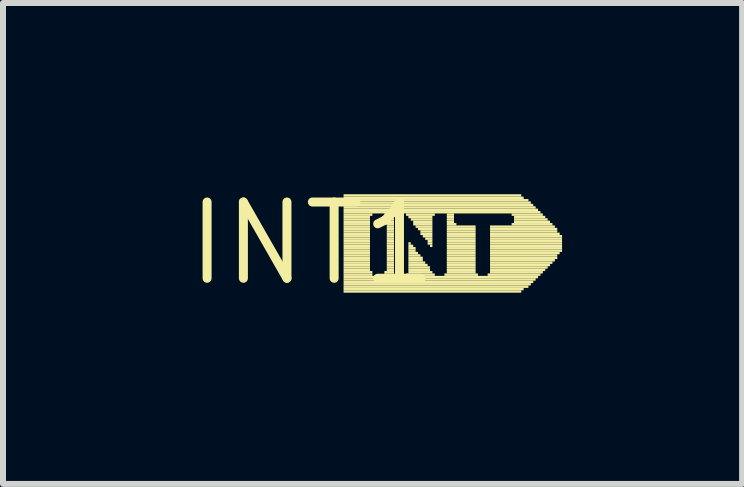
<source format=kicad_pcb>
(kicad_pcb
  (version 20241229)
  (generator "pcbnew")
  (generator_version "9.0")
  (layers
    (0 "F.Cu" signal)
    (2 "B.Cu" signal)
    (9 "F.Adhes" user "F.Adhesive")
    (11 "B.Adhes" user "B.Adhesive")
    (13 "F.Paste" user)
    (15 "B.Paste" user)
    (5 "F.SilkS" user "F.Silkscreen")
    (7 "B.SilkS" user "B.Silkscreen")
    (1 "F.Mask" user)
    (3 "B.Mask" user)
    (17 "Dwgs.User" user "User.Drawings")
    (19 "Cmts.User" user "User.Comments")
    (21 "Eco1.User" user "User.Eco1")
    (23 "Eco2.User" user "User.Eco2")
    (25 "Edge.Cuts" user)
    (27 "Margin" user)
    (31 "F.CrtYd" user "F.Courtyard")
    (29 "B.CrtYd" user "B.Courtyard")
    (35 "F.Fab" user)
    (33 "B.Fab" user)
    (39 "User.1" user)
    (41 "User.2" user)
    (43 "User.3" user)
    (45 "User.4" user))
  (footprint "INT1"
    (layer "F.Cu")
    (at 2.154 1.006)
    (property "Reference" "INT1" (at 0 0 0) (layer "F.SilkS") (effects (font (size 1.27 1.27) (thickness 0.15))))
    (fp_poly (pts (xy 0.52 -0.78) (xy 3.48 -0.78) (xy 3.48 -0.82) (xy 0.52 -0.82)) (stroke (width 0) (type solid)) (fill yes) (layer "F.SilkS"))
    (fp_poly (pts (xy 0.52 -0.74) (xy 3.52 -0.74) (xy 3.52 -0.78) (xy 0.52 -0.78)) (stroke (width 0) (type solid)) (fill yes) (layer "F.SilkS"))
    (fp_poly (pts (xy 0.52 -0.7) (xy 3.6 -0.7) (xy 3.6 -0.74) (xy 0.52 -0.74)) (stroke (width 0) (type solid)) (fill yes) (layer "F.SilkS"))
    (fp_poly (pts (xy 0.52 -0.66) (xy 3.64 -0.66) (xy 3.64 -0.7) (xy 0.52 -0.7)) (stroke (width 0) (type solid)) (fill yes) (layer "F.SilkS"))
    (fp_poly (pts (xy 0.52 -0.62) (xy 3.68 -0.62) (xy 3.68 -0.66) (xy 0.52 -0.66)) (stroke (width 0) (type solid)) (fill yes) (layer "F.SilkS"))
    (fp_poly (pts (xy 0.52 -0.58) (xy 3.72 -0.58) (xy 3.72 -0.62) (xy 0.52 -0.62)) (stroke (width 0) (type solid)) (fill yes) (layer "F.SilkS"))
    (fp_poly (pts (xy 0.52 -0.54) (xy 3.76 -0.54) (xy 3.76 -0.58) (xy 0.52 -0.58)) (stroke (width 0) (type solid)) (fill yes) (layer "F.SilkS"))
    (fp_poly (pts (xy 0.52 -0.5) (xy 3.8 -0.5) (xy 3.8 -0.54) (xy 0.52 -0.54)) (stroke (width 0) (type solid)) (fill yes) (layer "F.SilkS"))
    (fp_poly (pts (xy 0.52 -0.46) (xy 1 -0.46) (xy 1 -0.5) (xy 0.52 -0.5)) (stroke (width 0) (type solid)) (fill yes) (layer "F.SilkS"))
    (fp_poly (pts (xy 0.52 -0.42) (xy 0.96 -0.42) (xy 0.96 -0.46) (xy 0.52 -0.46)) (stroke (width 0) (type solid)) (fill yes) (layer "F.SilkS"))
    (fp_poly (pts (xy 0.52 -0.38) (xy 0.96 -0.38) (xy 0.96 -0.42) (xy 0.52 -0.42)) (stroke (width 0) (type solid)) (fill yes) (layer "F.SilkS"))
    (fp_poly (pts (xy 0.52 -0.34) (xy 0.96 -0.34) (xy 0.96 -0.38) (xy 0.52 -0.38)) (stroke (width 0) (type solid)) (fill yes) (layer "F.SilkS"))
    (fp_poly (pts (xy 0.52 -0.3) (xy 0.96 -0.3) (xy 0.96 -0.34) (xy 0.52 -0.34)) (stroke (width 0) (type solid)) (fill yes) (layer "F.SilkS"))
    (fp_poly (pts (xy 0.52 -0.26) (xy 0.96 -0.26) (xy 0.96 -0.3) (xy 0.52 -0.3)) (stroke (width 0) (type solid)) (fill yes) (layer "F.SilkS"))
    (fp_poly (pts (xy 0.52 -0.22) (xy 0.96 -0.22) (xy 0.96 -0.26) (xy 0.52 -0.26)) (stroke (width 0) (type solid)) (fill yes) (layer "F.SilkS"))
    (fp_poly (pts (xy 0.52 -0.18) (xy 0.96 -0.18) (xy 0.96 -0.22) (xy 0.52 -0.22)) (stroke (width 0) (type solid)) (fill yes) (layer "F.SilkS"))
    (fp_poly (pts (xy 0.52 -0.14) (xy 0.96 -0.14) (xy 0.96 -0.18) (xy 0.52 -0.18)) (stroke (width 0) (type solid)) (fill yes) (layer "F.SilkS"))
    (fp_poly (pts (xy 0.52 -0.1) (xy 0.96 -0.1) (xy 0.96 -0.14) (xy 0.52 -0.14)) (stroke (width 0) (type solid)) (fill yes) (layer "F.SilkS"))
    (fp_poly (pts (xy 0.52 -0.06) (xy 0.96 -0.06) (xy 0.96 -0.1) (xy 0.52 -0.1)) (stroke (width 0) (type solid)) (fill yes) (layer "F.SilkS"))
    (fp_poly (pts (xy 0.52 -0.02) (xy 0.96 -0.02) (xy 0.96 -0.06) (xy 0.52 -0.06)) (stroke (width 0) (type solid)) (fill yes) (layer "F.SilkS"))
    (fp_poly (pts (xy 0.52 0.02) (xy 0.96 0.02) (xy 0.96 -0.02) (xy 0.52 -0.02)) (stroke (width 0) (type solid)) (fill yes) (layer "F.SilkS"))
    (fp_poly (pts (xy 0.52 0.06) (xy 0.96 0.06) (xy 0.96 0.02) (xy 0.52 0.02)) (stroke (width 0) (type solid)) (fill yes) (layer "F.SilkS"))
    (fp_poly (pts (xy 0.52 0.1) (xy 0.96 0.1) (xy 0.96 0.06) (xy 0.52 0.06)) (stroke (width 0) (type solid)) (fill yes) (layer "F.SilkS"))
    (fp_poly (pts (xy 0.52 0.14) (xy 0.96 0.14) (xy 0.96 0.1) (xy 0.52 0.1)) (stroke (width 0) (type solid)) (fill yes) (layer "F.SilkS"))
    (fp_poly (pts (xy 0.52 0.18) (xy 0.96 0.18) (xy 0.96 0.14) (xy 0.52 0.14)) (stroke (width 0) (type solid)) (fill yes) (layer "F.SilkS"))
    (fp_poly (pts (xy 0.52 0.22) (xy 0.96 0.22) (xy 0.96 0.18) (xy 0.52 0.18)) (stroke (width 0) (type solid)) (fill yes) (layer "F.SilkS"))
    (fp_poly (pts (xy 0.52 0.26) (xy 0.96 0.26) (xy 0.96 0.22) (xy 0.52 0.22)) (stroke (width 0) (type solid)) (fill yes) (layer "F.SilkS"))
    (fp_poly (pts (xy 0.52 0.3) (xy 0.96 0.3) (xy 0.96 0.26) (xy 0.52 0.26)) (stroke (width 0) (type solid)) (fill yes) (layer "F.SilkS"))
    (fp_poly (pts (xy 0.52 0.34) (xy 0.96 0.34) (xy 0.96 0.3) (xy 0.52 0.3)) (stroke (width 0) (type solid)) (fill yes) (layer "F.SilkS"))
    (fp_poly (pts (xy 0.52 0.38) (xy 0.96 0.38) (xy 0.96 0.34) (xy 0.52 0.34)) (stroke (width 0) (type solid)) (fill yes) (layer "F.SilkS"))
    (fp_poly (pts (xy 0.52 0.42) (xy 0.96 0.42) (xy 0.96 0.38) (xy 0.52 0.38)) (stroke (width 0) (type solid)) (fill yes) (layer "F.SilkS"))
    (fp_poly (pts (xy 0.52 0.46) (xy 0.96 0.46) (xy 0.96 0.42) (xy 0.52 0.42)) (stroke (width 0) (type solid)) (fill yes) (layer "F.SilkS"))
    (fp_poly (pts (xy 0.52 0.5) (xy 1 0.5) (xy 1 0.46) (xy 0.52 0.46)) (stroke (width 0) (type solid)) (fill yes) (layer "F.SilkS"))
    (fp_poly (pts (xy 0.52 0.54) (xy 1 0.54) (xy 1 0.5) (xy 0.52 0.5)) (stroke (width 0) (type solid)) (fill yes) (layer "F.SilkS"))
    (fp_poly (pts (xy 0.52 0.58) (xy 3.76 0.58) (xy 3.76 0.54) (xy 0.52 0.54)) (stroke (width 0) (type solid)) (fill yes) (layer "F.SilkS"))
    (fp_poly (pts (xy 0.52 0.62) (xy 3.72 0.62) (xy 3.72 0.58) (xy 0.52 0.58)) (stroke (width 0) (type solid)) (fill yes) (layer "F.SilkS"))
    (fp_poly (pts (xy 0.52 0.66) (xy 3.68 0.66) (xy 3.68 0.62) (xy 0.52 0.62)) (stroke (width 0) (type solid)) (fill yes) (layer "F.SilkS"))
    (fp_poly (pts (xy 0.52 0.7) (xy 3.64 0.7) (xy 3.64 0.66) (xy 0.52 0.66)) (stroke (width 0) (type solid)) (fill yes) (layer "F.SilkS"))
    (fp_poly (pts (xy 0.52 0.74) (xy 3.6 0.74) (xy 3.6 0.7) (xy 0.52 0.7)) (stroke (width 0) (type solid)) (fill yes) (layer "F.SilkS"))
    (fp_poly (pts (xy 0.52 0.78) (xy 3.52 0.78) (xy 3.52 0.74) (xy 0.52 0.74)) (stroke (width 0) (type solid)) (fill yes) (layer "F.SilkS"))
    (fp_poly (pts (xy 0.52 0.82) (xy 3.48 0.82) (xy 3.48 0.78) (xy 0.52 0.78)) (stroke (width 0) (type solid)) (fill yes) (layer "F.SilkS"))
    (fp_poly (pts (xy 1.2 -0.46) (xy 1.36 -0.46) (xy 1.36 -0.5) (xy 1.2 -0.5)) (stroke (width 0) (type solid)) (fill yes) (layer "F.SilkS"))
    (fp_poly (pts (xy 1.2 -0.42) (xy 1.36 -0.42) (xy 1.36 -0.46) (xy 1.2 -0.46)) (stroke (width 0) (type solid)) (fill yes) (layer "F.SilkS"))
    (fp_poly (pts (xy 1.2 0.5) (xy 1.36 0.5) (xy 1.36 0.46) (xy 1.2 0.46)) (stroke (width 0) (type solid)) (fill yes) (layer "F.SilkS"))
    (fp_poly (pts (xy 1.2 0.54) (xy 1.36 0.54) (xy 1.36 0.5) (xy 1.2 0.5)) (stroke (width 0) (type solid)) (fill yes) (layer "F.SilkS"))
    (fp_poly (pts (xy 1.24 -0.38) (xy 1.36 -0.38) (xy 1.36 -0.42) (xy 1.24 -0.42)) (stroke (width 0) (type solid)) (fill yes) (layer "F.SilkS"))
    (fp_poly (pts (xy 1.24 -0.34) (xy 1.36 -0.34) (xy 1.36 -0.38) (xy 1.24 -0.38)) (stroke (width 0) (type solid)) (fill yes) (layer "F.SilkS"))
    (fp_poly (pts (xy 1.24 -0.3) (xy 1.36 -0.3) (xy 1.36 -0.34) (xy 1.24 -0.34)) (stroke (width 0) (type solid)) (fill yes) (layer "F.SilkS"))
    (fp_poly (pts (xy 1.24 -0.26) (xy 1.36 -0.26) (xy 1.36 -0.3) (xy 1.24 -0.3)) (stroke (width 0) (type solid)) (fill yes) (layer "F.SilkS"))
    (fp_poly (pts (xy 1.24 -0.22) (xy 1.36 -0.22) (xy 1.36 -0.26) (xy 1.24 -0.26)) (stroke (width 0) (type solid)) (fill yes) (layer "F.SilkS"))
    (fp_poly (pts (xy 1.24 -0.18) (xy 1.36 -0.18) (xy 1.36 -0.22) (xy 1.24 -0.22)) (stroke (width 0) (type solid)) (fill yes) (layer "F.SilkS"))
    (fp_poly (pts (xy 1.24 -0.14) (xy 1.36 -0.14) (xy 1.36 -0.18) (xy 1.24 -0.18)) (stroke (width 0) (type solid)) (fill yes) (layer "F.SilkS"))
    (fp_poly (pts (xy 1.24 -0.1) (xy 1.36 -0.1) (xy 1.36 -0.14) (xy 1.24 -0.14)) (stroke (width 0) (type solid)) (fill yes) (layer "F.SilkS"))
    (fp_poly (pts (xy 1.24 -0.06) (xy 1.36 -0.06) (xy 1.36 -0.1) (xy 1.24 -0.1)) (stroke (width 0) (type solid)) (fill yes) (layer "F.SilkS"))
    (fp_poly (pts (xy 1.24 -0.02) (xy 1.36 -0.02) (xy 1.36 -0.06) (xy 1.24 -0.06)) (stroke (width 0) (type solid)) (fill yes) (layer "F.SilkS"))
    (fp_poly (pts (xy 1.24 0.02) (xy 1.36 0.02) (xy 1.36 -0.02) (xy 1.24 -0.02)) (stroke (width 0) (type solid)) (fill yes) (layer "F.SilkS"))
    (fp_poly (pts (xy 1.24 0.06) (xy 1.36 0.06) (xy 1.36 0.02) (xy 1.24 0.02)) (stroke (width 0) (type solid)) (fill yes) (layer "F.SilkS"))
    (fp_poly (pts (xy 1.24 0.1) (xy 1.36 0.1) (xy 1.36 0.06) (xy 1.24 0.06)) (stroke (width 0) (type solid)) (fill yes) (layer "F.SilkS"))
    (fp_poly (pts (xy 1.24 0.14) (xy 1.36 0.14) (xy 1.36 0.1) (xy 1.24 0.1)) (stroke (width 0) (type solid)) (fill yes) (layer "F.SilkS"))
    (fp_poly (pts (xy 1.24 0.18) (xy 1.36 0.18) (xy 1.36 0.14) (xy 1.24 0.14)) (stroke (width 0) (type solid)) (fill yes) (layer "F.SilkS"))
    (fp_poly (pts (xy 1.24 0.22) (xy 1.36 0.22) (xy 1.36 0.18) (xy 1.24 0.18)) (stroke (width 0) (type solid)) (fill yes) (layer "F.SilkS"))
    (fp_poly (pts (xy 1.24 0.26) (xy 1.36 0.26) (xy 1.36 0.22) (xy 1.24 0.22)) (stroke (width 0) (type solid)) (fill yes) (layer "F.SilkS"))
    (fp_poly (pts (xy 1.24 0.3) (xy 1.36 0.3) (xy 1.36 0.26) (xy 1.24 0.26)) (stroke (width 0) (type solid)) (fill yes) (layer "F.SilkS"))
    (fp_poly (pts (xy 1.24 0.34) (xy 1.36 0.34) (xy 1.36 0.3) (xy 1.24 0.3)) (stroke (width 0) (type solid)) (fill yes) (layer "F.SilkS"))
    (fp_poly (pts (xy 1.24 0.38) (xy 1.36 0.38) (xy 1.36 0.34) (xy 1.24 0.34)) (stroke (width 0) (type solid)) (fill yes) (layer "F.SilkS"))
    (fp_poly (pts (xy 1.24 0.42) (xy 1.36 0.42) (xy 1.36 0.38) (xy 1.24 0.38)) (stroke (width 0) (type solid)) (fill yes) (layer "F.SilkS"))
    (fp_poly (pts (xy 1.24 0.46) (xy 1.36 0.46) (xy 1.36 0.42) (xy 1.24 0.42)) (stroke (width 0) (type solid)) (fill yes) (layer "F.SilkS"))
    (fp_poly (pts (xy 1.56 -0.46) (xy 2.04 -0.46) (xy 2.04 -0.5) (xy 1.56 -0.5)) (stroke (width 0) (type solid)) (fill yes) (layer "F.SilkS"))
    (fp_poly (pts (xy 1.56 0.54) (xy 2.04 0.54) (xy 2.04 0.5) (xy 1.56 0.5)) (stroke (width 0) (type solid)) (fill yes) (layer "F.SilkS"))
    (fp_poly (pts (xy 1.6 -0.42) (xy 2 -0.42) (xy 2 -0.46) (xy 1.6 -0.46)) (stroke (width 0) (type solid)) (fill yes) (layer "F.SilkS"))
    (fp_poly (pts (xy 1.6 0.02) (xy 1.64 0.02) (xy 1.64 -0.02) (xy 1.6 -0.02)) (stroke (width 0) (type solid)) (fill yes) (layer "F.SilkS"))
    (fp_poly (pts (xy 1.6 0.06) (xy 1.68 0.06) (xy 1.68 0.02) (xy 1.6 0.02)) (stroke (width 0) (type solid)) (fill yes) (layer "F.SilkS"))
    (fp_poly (pts (xy 1.6 0.1) (xy 1.72 0.1) (xy 1.72 0.06) (xy 1.6 0.06)) (stroke (width 0) (type solid)) (fill yes) (layer "F.SilkS"))
    (fp_poly (pts (xy 1.6 0.14) (xy 1.72 0.14) (xy 1.72 0.1) (xy 1.6 0.1)) (stroke (width 0) (type solid)) (fill yes) (layer "F.SilkS"))
    (fp_poly (pts (xy 1.6 0.18) (xy 1.76 0.18) (xy 1.76 0.14) (xy 1.6 0.14)) (stroke (width 0) (type solid)) (fill yes) (layer "F.SilkS"))
    (fp_poly (pts (xy 1.6 0.22) (xy 1.8 0.22) (xy 1.8 0.18) (xy 1.6 0.18)) (stroke (width 0) (type solid)) (fill yes) (layer "F.SilkS"))
    (fp_poly (pts (xy 1.6 0.26) (xy 1.84 0.26) (xy 1.84 0.22) (xy 1.6 0.22)) (stroke (width 0) (type solid)) (fill yes) (layer "F.SilkS"))
    (fp_poly (pts (xy 1.6 0.3) (xy 1.84 0.3) (xy 1.84 0.26) (xy 1.6 0.26)) (stroke (width 0) (type solid)) (fill yes) (layer "F.SilkS"))
    (fp_poly (pts (xy 1.6 0.34) (xy 1.88 0.34) (xy 1.88 0.3) (xy 1.6 0.3)) (stroke (width 0) (type solid)) (fill yes) (layer "F.SilkS"))
    (fp_poly (pts (xy 1.6 0.38) (xy 1.92 0.38) (xy 1.92 0.34) (xy 1.6 0.34)) (stroke (width 0) (type solid)) (fill yes) (layer "F.SilkS"))
    (fp_poly (pts (xy 1.6 0.42) (xy 1.96 0.42) (xy 1.96 0.38) (xy 1.6 0.38)) (stroke (width 0) (type solid)) (fill yes) (layer "F.SilkS"))
    (fp_poly (pts (xy 1.6 0.46) (xy 1.96 0.46) (xy 1.96 0.42) (xy 1.6 0.42)) (stroke (width 0) (type solid)) (fill yes) (layer "F.SilkS"))
    (fp_poly (pts (xy 1.6 0.5) (xy 2 0.5) (xy 2 0.46) (xy 1.6 0.46)) (stroke (width 0) (type solid)) (fill yes) (layer "F.SilkS"))
    (fp_poly (pts (xy 1.64 -0.38) (xy 2 -0.38) (xy 2 -0.42) (xy 1.64 -0.42)) (stroke (width 0) (type solid)) (fill yes) (layer "F.SilkS"))
    (fp_poly (pts (xy 1.68 -0.34) (xy 2 -0.34) (xy 2 -0.38) (xy 1.68 -0.38)) (stroke (width 0) (type solid)) (fill yes) (layer "F.SilkS"))
    (fp_poly (pts (xy 1.68 -0.3) (xy 2 -0.3) (xy 2 -0.34) (xy 1.68 -0.34)) (stroke (width 0) (type solid)) (fill yes) (layer "F.SilkS"))
    (fp_poly (pts (xy 1.72 -0.26) (xy 2 -0.26) (xy 2 -0.3) (xy 1.72 -0.3)) (stroke (width 0) (type solid)) (fill yes) (layer "F.SilkS"))
    (fp_poly (pts (xy 1.76 -0.22) (xy 2 -0.22) (xy 2 -0.26) (xy 1.76 -0.26)) (stroke (width 0) (type solid)) (fill yes) (layer "F.SilkS"))
    (fp_poly (pts (xy 1.8 -0.18) (xy 2 -0.18) (xy 2 -0.22) (xy 1.8 -0.22)) (stroke (width 0) (type solid)) (fill yes) (layer "F.SilkS"))
    (fp_poly (pts (xy 1.8 -0.14) (xy 2 -0.14) (xy 2 -0.18) (xy 1.8 -0.18)) (stroke (width 0) (type solid)) (fill yes) (layer "F.SilkS"))
    (fp_poly (pts (xy 1.84 -0.1) (xy 2 -0.1) (xy 2 -0.14) (xy 1.84 -0.14)) (stroke (width 0) (type solid)) (fill yes) (layer "F.SilkS"))
    (fp_poly (pts (xy 1.88 -0.06) (xy 2 -0.06) (xy 2 -0.1) (xy 1.88 -0.1)) (stroke (width 0) (type solid)) (fill yes) (layer "F.SilkS"))
    (fp_poly (pts (xy 1.92 -0.02) (xy 2 -0.02) (xy 2 -0.06) (xy 1.92 -0.06)) (stroke (width 0) (type solid)) (fill yes) (layer "F.SilkS"))
    (fp_poly (pts (xy 1.92 0.02) (xy 2 0.02) (xy 2 -0.02) (xy 1.92 -0.02)) (stroke (width 0) (type solid)) (fill yes) (layer "F.SilkS"))
    (fp_poly (pts (xy 1.96 0.06) (xy 2 0.06) (xy 2 0.02) (xy 1.96 0.02)) (stroke (width 0) (type solid)) (fill yes) (layer "F.SilkS"))
    (fp_poly (pts (xy 2.2 0.54) (xy 2.76 0.54) (xy 2.76 0.5) (xy 2.2 0.5)) (stroke (width 0) (type solid)) (fill yes) (layer "F.SilkS"))
    (fp_poly (pts (xy 2.24 -0.46) (xy 2.36 -0.46) (xy 2.36 -0.5) (xy 2.24 -0.5)) (stroke (width 0) (type solid)) (fill yes) (layer "F.SilkS"))
    (fp_poly (pts (xy 2.24 -0.42) (xy 2.36 -0.42) (xy 2.36 -0.46) (xy 2.24 -0.46)) (stroke (width 0) (type solid)) (fill yes) (layer "F.SilkS"))
    (fp_poly (pts (xy 2.24 -0.38) (xy 2.36 -0.38) (xy 2.36 -0.42) (xy 2.24 -0.42)) (stroke (width 0) (type solid)) (fill yes) (layer "F.SilkS"))
    (fp_poly (pts (xy 2.24 -0.34) (xy 2.36 -0.34) (xy 2.36 -0.38) (xy 2.24 -0.38)) (stroke (width 0) (type solid)) (fill yes) (layer "F.SilkS"))
    (fp_poly (pts (xy 2.24 -0.3) (xy 2.4 -0.3) (xy 2.4 -0.34) (xy 2.24 -0.34)) (stroke (width 0) (type solid)) (fill yes) (layer "F.SilkS"))
    (fp_poly (pts (xy 2.24 -0.26) (xy 2.72 -0.26) (xy 2.72 -0.3) (xy 2.24 -0.3)) (stroke (width 0) (type solid)) (fill yes) (layer "F.SilkS"))
    (fp_poly (pts (xy 2.24 -0.22) (xy 2.72 -0.22) (xy 2.72 -0.26) (xy 2.24 -0.26)) (stroke (width 0) (type solid)) (fill yes) (layer "F.SilkS"))
    (fp_poly (pts (xy 2.24 -0.18) (xy 2.72 -0.18) (xy 2.72 -0.22) (xy 2.24 -0.22)) (stroke (width 0) (type solid)) (fill yes) (layer "F.SilkS"))
    (fp_poly (pts (xy 2.24 -0.14) (xy 2.72 -0.14) (xy 2.72 -0.18) (xy 2.24 -0.18)) (stroke (width 0) (type solid)) (fill yes) (layer "F.SilkS"))
    (fp_poly (pts (xy 2.24 -0.1) (xy 2.72 -0.1) (xy 2.72 -0.14) (xy 2.24 -0.14)) (stroke (width 0) (type solid)) (fill yes) (layer "F.SilkS"))
    (fp_poly (pts (xy 2.24 -0.06) (xy 2.72 -0.06) (xy 2.72 -0.1) (xy 2.24 -0.1)) (stroke (width 0) (type solid)) (fill yes) (layer "F.SilkS"))
    (fp_poly (pts (xy 2.24 -0.02) (xy 2.72 -0.02) (xy 2.72 -0.06) (xy 2.24 -0.06)) (stroke (width 0) (type solid)) (fill yes) (layer "F.SilkS"))
    (fp_poly (pts (xy 2.24 0.02) (xy 2.72 0.02) (xy 2.72 -0.02) (xy 2.24 -0.02)) (stroke (width 0) (type solid)) (fill yes) (layer "F.SilkS"))
    (fp_poly (pts (xy 2.24 0.06) (xy 2.72 0.06) (xy 2.72 0.02) (xy 2.24 0.02)) (stroke (width 0) (type solid)) (fill yes) (layer "F.SilkS"))
    (fp_poly (pts (xy 2.24 0.1) (xy 2.72 0.1) (xy 2.72 0.06) (xy 2.24 0.06)) (stroke (width 0) (type solid)) (fill yes) (layer "F.SilkS"))
    (fp_poly (pts (xy 2.24 0.14) (xy 2.72 0.14) (xy 2.72 0.1) (xy 2.24 0.1)) (stroke (width 0) (type solid)) (fill yes) (layer "F.SilkS"))
    (fp_poly (pts (xy 2.24 0.18) (xy 2.72 0.18) (xy 2.72 0.14) (xy 2.24 0.14)) (stroke (width 0) (type solid)) (fill yes) (layer "F.SilkS"))
    (fp_poly (pts (xy 2.24 0.22) (xy 2.72 0.22) (xy 2.72 0.18) (xy 2.24 0.18)) (stroke (width 0) (type solid)) (fill yes) (layer "F.SilkS"))
    (fp_poly (pts (xy 2.24 0.26) (xy 2.72 0.26) (xy 2.72 0.22) (xy 2.24 0.22)) (stroke (width 0) (type solid)) (fill yes) (layer "F.SilkS"))
    (fp_poly (pts (xy 2.24 0.3) (xy 2.72 0.3) (xy 2.72 0.26) (xy 2.24 0.26)) (stroke (width 0) (type solid)) (fill yes) (layer "F.SilkS"))
    (fp_poly (pts (xy 2.24 0.34) (xy 2.72 0.34) (xy 2.72 0.3) (xy 2.24 0.3)) (stroke (width 0) (type solid)) (fill yes) (layer "F.SilkS"))
    (fp_poly (pts (xy 2.24 0.38) (xy 2.72 0.38) (xy 2.72 0.34) (xy 2.24 0.34)) (stroke (width 0) (type solid)) (fill yes) (layer "F.SilkS"))
    (fp_poly (pts (xy 2.24 0.42) (xy 2.72 0.42) (xy 2.72 0.38) (xy 2.24 0.38)) (stroke (width 0) (type solid)) (fill yes) (layer "F.SilkS"))
    (fp_poly (pts (xy 2.24 0.46) (xy 2.72 0.46) (xy 2.72 0.42) (xy 2.24 0.42)) (stroke (width 0) (type solid)) (fill yes) (layer "F.SilkS"))
    (fp_poly (pts (xy 2.24 0.5) (xy 2.72 0.5) (xy 2.72 0.46) (xy 2.24 0.46)) (stroke (width 0) (type solid)) (fill yes) (layer "F.SilkS"))
    (fp_poly (pts (xy 2.92 0.54) (xy 3.8 0.54) (xy 3.8 0.5) (xy 2.92 0.5)) (stroke (width 0) (type solid)) (fill yes) (layer "F.SilkS"))
    (fp_poly (pts (xy 2.96 -0.26) (xy 4.04 -0.26) (xy 4.04 -0.3) (xy 2.96 -0.3)) (stroke (width 0) (type solid)) (fill yes) (layer "F.SilkS"))
    (fp_poly (pts (xy 2.96 -0.22) (xy 4.08 -0.22) (xy 4.08 -0.26) (xy 2.96 -0.26)) (stroke (width 0) (type solid)) (fill yes) (layer "F.SilkS"))
    (fp_poly (pts (xy 2.96 -0.18) (xy 4.08 -0.18) (xy 4.08 -0.22) (xy 2.96 -0.22)) (stroke (width 0) (type solid)) (fill yes) (layer "F.SilkS"))
    (fp_poly (pts (xy 2.96 -0.14) (xy 4.12 -0.14) (xy 4.12 -0.18) (xy 2.96 -0.18)) (stroke (width 0) (type solid)) (fill yes) (layer "F.SilkS"))
    (fp_poly (pts (xy 2.96 -0.1) (xy 4.16 -0.1) (xy 4.16 -0.14) (xy 2.96 -0.14)) (stroke (width 0) (type solid)) (fill yes) (layer "F.SilkS"))
    (fp_poly (pts (xy 2.96 -0.06) (xy 4.16 -0.06) (xy 4.16 -0.1) (xy 2.96 -0.1)) (stroke (width 0) (type solid)) (fill yes) (layer "F.SilkS"))
    (fp_poly (pts (xy 2.96 -0.02) (xy 4.16 -0.02) (xy 4.16 -0.06) (xy 2.96 -0.06)) (stroke (width 0) (type solid)) (fill yes) (layer "F.SilkS"))
    (fp_poly (pts (xy 2.96 0.02) (xy 4.16 0.02) (xy 4.16 -0.02) (xy 2.96 -0.02)) (stroke (width 0) (type solid)) (fill yes) (layer "F.SilkS"))
    (fp_poly (pts (xy 2.96 0.06) (xy 4.16 0.06) (xy 4.16 0.02) (xy 2.96 0.02)) (stroke (width 0) (type solid)) (fill yes) (layer "F.SilkS"))
    (fp_poly (pts (xy 2.96 0.1) (xy 4.16 0.1) (xy 4.16 0.06) (xy 2.96 0.06)) (stroke (width 0) (type solid)) (fill yes) (layer "F.SilkS"))
    (fp_poly (pts (xy 2.96 0.14) (xy 4.16 0.14) (xy 4.16 0.1) (xy 2.96 0.1)) (stroke (width 0) (type solid)) (fill yes) (layer "F.SilkS"))
    (fp_poly (pts (xy 2.96 0.18) (xy 4.12 0.18) (xy 4.12 0.14) (xy 2.96 0.14)) (stroke (width 0) (type solid)) (fill yes) (layer "F.SilkS"))
    (fp_poly (pts (xy 2.96 0.22) (xy 4.08 0.22) (xy 4.08 0.18) (xy 2.96 0.18)) (stroke (width 0) (type solid)) (fill yes) (layer "F.SilkS"))
    (fp_poly (pts (xy 2.96 0.26) (xy 4.08 0.26) (xy 4.08 0.22) (xy 2.96 0.22)) (stroke (width 0) (type solid)) (fill yes) (layer "F.SilkS"))
    (fp_poly (pts (xy 2.96 0.3) (xy 4.04 0.3) (xy 4.04 0.26) (xy 2.96 0.26)) (stroke (width 0) (type solid)) (fill yes) (layer "F.SilkS"))
    (fp_poly (pts (xy 2.96 0.34) (xy 4 0.34) (xy 4 0.3) (xy 2.96 0.3)) (stroke (width 0) (type solid)) (fill yes) (layer "F.SilkS"))
    (fp_poly (pts (xy 2.96 0.38) (xy 3.96 0.38) (xy 3.96 0.34) (xy 2.96 0.34)) (stroke (width 0) (type solid)) (fill yes) (layer "F.SilkS"))
    (fp_poly (pts (xy 2.96 0.42) (xy 3.92 0.42) (xy 3.92 0.38) (xy 2.96 0.38)) (stroke (width 0) (type solid)) (fill yes) (layer "F.SilkS"))
    (fp_poly (pts (xy 2.96 0.46) (xy 3.88 0.46) (xy 3.88 0.42) (xy 2.96 0.42)) (stroke (width 0) (type solid)) (fill yes) (layer "F.SilkS"))
    (fp_poly (pts (xy 2.96 0.5) (xy 3.84 0.5) (xy 3.84 0.46) (xy 2.96 0.46)) (stroke (width 0) (type solid)) (fill yes) (layer "F.SilkS"))
    (fp_poly (pts (xy 3.32 -0.46) (xy 3.84 -0.46) (xy 3.84 -0.5) (xy 3.32 -0.5)) (stroke (width 0) (type solid)) (fill yes) (layer "F.SilkS"))
    (fp_poly (pts (xy 3.32 -0.3) (xy 4 -0.3) (xy 4 -0.34) (xy 3.32 -0.34)) (stroke (width 0) (type solid)) (fill yes) (layer "F.SilkS"))
    (fp_poly (pts (xy 3.36 -0.42) (xy 3.88 -0.42) (xy 3.88 -0.46) (xy 3.36 -0.46)) (stroke (width 0) (type solid)) (fill yes) (layer "F.SilkS"))
    (fp_poly (pts (xy 3.36 -0.38) (xy 3.92 -0.38) (xy 3.92 -0.42) (xy 3.36 -0.42)) (stroke (width 0) (type solid)) (fill yes) (layer "F.SilkS"))
    (fp_poly (pts (xy 3.36 -0.34) (xy 3.96 -0.34) (xy 3.96 -0.38) (xy 3.36 -0.38)) (stroke (width 0) (type solid)) (fill yes) (layer "F.SilkS")))
  (gr_rect
    (start -3 -3)
    (end 9.314 5.012)
    (stroke (width 0.1) (type default))
    (fill no)
    (layer "Edge.Cuts")))
</source>
